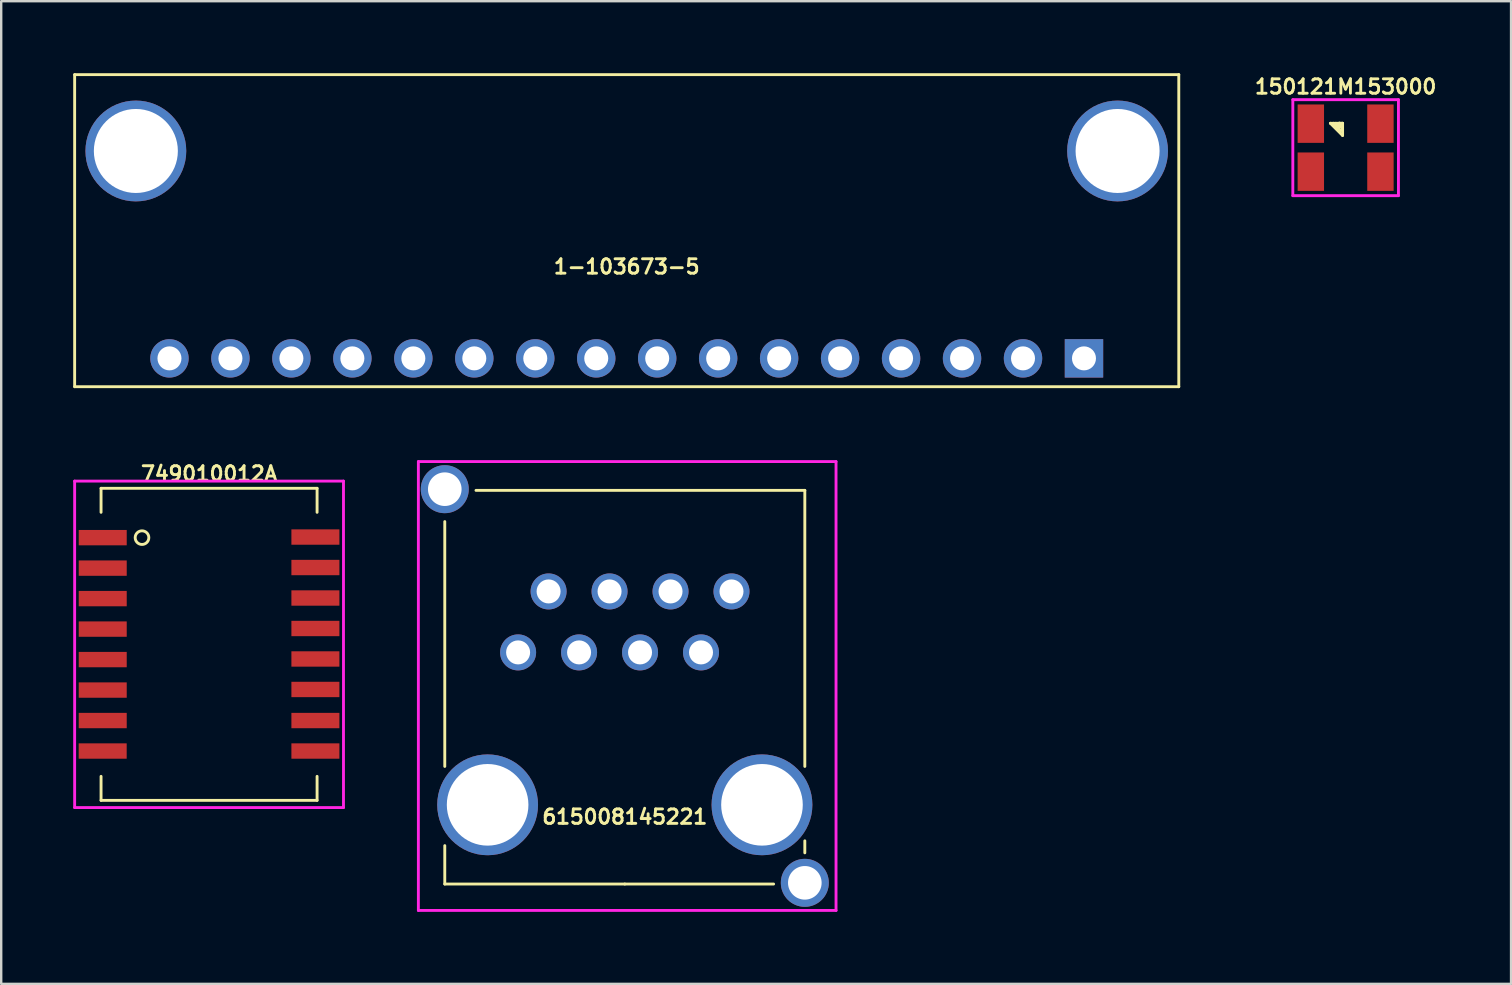
<source format=kicad_pcb>
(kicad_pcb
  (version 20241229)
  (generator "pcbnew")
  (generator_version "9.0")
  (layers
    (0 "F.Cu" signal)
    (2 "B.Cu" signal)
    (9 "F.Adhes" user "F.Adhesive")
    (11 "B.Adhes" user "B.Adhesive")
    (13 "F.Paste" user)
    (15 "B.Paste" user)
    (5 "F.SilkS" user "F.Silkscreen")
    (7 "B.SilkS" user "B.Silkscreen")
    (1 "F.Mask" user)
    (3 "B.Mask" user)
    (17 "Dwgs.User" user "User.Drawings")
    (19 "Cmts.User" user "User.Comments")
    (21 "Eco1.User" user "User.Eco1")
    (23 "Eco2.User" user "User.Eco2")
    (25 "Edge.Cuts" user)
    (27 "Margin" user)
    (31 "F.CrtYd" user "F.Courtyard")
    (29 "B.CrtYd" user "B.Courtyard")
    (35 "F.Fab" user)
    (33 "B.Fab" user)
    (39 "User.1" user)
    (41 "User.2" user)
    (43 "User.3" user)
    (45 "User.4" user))
  (footprint "150121M153000"
    (layer "F.Cu")
    (at 53.011 3.102)
    (property "Reference" "150121M153000" (at 0 -2.54 0) (layer "F.SilkS") (effects (font (size 0.6 0.6) (thickness 0.12))))
    (attr through_hole)
    (fp_line (start -0.635 -1.016) (end -0.127 -1.016) (stroke (width 0.12) (type solid)) (layer "F.SilkS"))
    (fp_line (start -0.635 -1.016) (end -0.127 -0.508) (stroke (width 0.12) (type solid)) (layer "F.SilkS"))
    (fp_line (start -0.508 -1.016) (end -0.203 -0.711) (stroke (width 0.12) (type solid)) (layer "F.SilkS"))
    (fp_line (start -0.406 -1.016) (end -0.254 -0.864) (stroke (width 0.12) (type solid)) (layer "F.SilkS"))
    (fp_line (start -0.254 -1.016) (end -0.305 -1.016) (stroke (width 0.12) (type solid)) (layer "F.SilkS"))
    (fp_line (start -0.254 -1.016) (end -0.127 -0.762) (stroke (width 0.12) (type solid)) (layer "F.SilkS"))
    (fp_line (start -0.254 -0.864) (end -0.254 -1.016) (stroke (width 0.12) (type solid)) (layer "F.SilkS"))
    (fp_line (start -0.127 -1.016) (end -0.254 -1.016) (stroke (width 0.12) (type solid)) (layer "F.SilkS"))
    (fp_line (start -0.127 -0.508) (end -0.127 -1.016) (stroke (width 0.12) (type solid)) (layer "F.SilkS"))
    (fp_line (start -2.2 -2) (end 2.2 -2) (stroke (width 0.12) (type solid)) (layer "F.CrtYd"))
    (fp_line (start -2.2 2) (end -2.2 -2) (stroke (width 0.12) (type solid)) (layer "F.CrtYd"))
    (fp_line (start 2.2 -2) (end 2.2 2) (stroke (width 0.12) (type solid)) (layer "F.CrtYd"))
    (fp_line (start 2.2 2) (end -2.2 2) (stroke (width 0.12) (type solid)) (layer "F.CrtYd"))
    (pad "1" smd rect (at -1.45 -1) (size 1.1 1.6) (layers "F.Cu" "F.Mask" "F.Paste"))
    (pad "2" smd rect (at -1.45 1) (size 1.1 1.6) (layers "F.Cu" "F.Mask" "F.Paste"))
    (pad "3" smd rect (at 1.45 1) (size 1.1 1.6) (layers "F.Cu" "F.Mask" "F.Paste"))
    (pad "4" smd rect (at 1.45 -1) (size 1.1 1.6) (layers "F.Cu" "F.Mask" "F.Paste")))
  (footprint "1-103673-5"
    (layer "F.Cu")
    (at 23.06 7.56)
    (property "Reference" "1-103673-5" (at 0 0.5 0) (layer "F.SilkS") (effects (font (size 0.6 0.6) (thickness 0.12))))
    (attr through_hole)
    (fp_line (start -23 -7.5) (end -23 5.5) (stroke (width 0.12) (type solid)) (layer "F.SilkS"))
    (fp_line (start -23 5.5) (end 23 5.5) (stroke (width 0.12) (type solid)) (layer "F.SilkS"))
    (fp_line (start 23 -7.5) (end -23 -7.5) (stroke (width 0.12) (type solid)) (layer "F.SilkS"))
    (fp_line (start 23 5.5) (end 23 -7.5) (stroke (width 0.12) (type solid)) (layer "F.SilkS"))
    (pad "" thru_hole circle (at -20.45 -4.32) (size 4.2 4.2) (drill 3.5) (layers "*.Cu" "*.Mask"))
    (pad "" thru_hole circle (at 20.45 -4.32) (size 4.2 4.2) (drill 3.5) (layers "*.Cu" "*.Mask"))
    (pad "1" thru_hole rect (at 19.05 4.32) (size 1.6 1.6) (drill 1) (layers "*.Cu" "*.Mask"))
    (pad "2" thru_hole circle (at 16.51 4.32) (size 1.6 1.6) (drill 1) (layers "*.Cu" "*.Mask"))
    (pad "3" thru_hole circle (at 13.97 4.32) (size 1.6 1.6) (drill 1) (layers "*.Cu" "*.Mask"))
    (pad "4" thru_hole circle (at 11.43 4.32) (size 1.6 1.6) (drill 1) (layers "*.Cu" "*.Mask"))
    (pad "5" thru_hole circle (at 8.89 4.32) (size 1.6 1.6) (drill 1) (layers "*.Cu" "*.Mask"))
    (pad "6" thru_hole circle (at 6.35 4.32) (size 1.6 1.6) (drill 1) (layers "*.Cu" "*.Mask"))
    (pad "7" thru_hole circle (at 3.81 4.32) (size 1.6 1.6) (drill 1) (layers "*.Cu" "*.Mask"))
    (pad "8" thru_hole circle (at 1.27 4.32) (size 1.6 1.6) (drill 1) (layers "*.Cu" "*.Mask"))
    (pad "9" thru_hole circle (at -1.27 4.32) (size 1.6 1.6) (drill 1) (layers "*.Cu" "*.Mask"))
    (pad "10" thru_hole circle (at -3.81 4.32) (size 1.6 1.6) (drill 1) (layers "*.Cu" "*.Mask"))
    (pad "11" thru_hole circle (at -6.35 4.32) (size 1.6 1.6) (drill 1) (layers "*.Cu" "*.Mask"))
    (pad "12" thru_hole circle (at -8.89 4.32) (size 1.6 1.6) (drill 1) (layers "*.Cu" "*.Mask"))
    (pad "13" thru_hole circle (at -11.43 4.32) (size 1.6 1.6) (drill 1) (layers "*.Cu" "*.Mask"))
    (pad "14" thru_hole circle (at -13.97 4.32) (size 1.6 1.6) (drill 1) (layers "*.Cu" "*.Mask"))
    (pad "15" thru_hole circle (at -16.51 4.32) (size 1.6 1.6) (drill 1) (layers "*.Cu" "*.Mask"))
    (pad "16" thru_hole circle (at -19.05 4.32) (size 1.6 1.6) (drill 1) (layers "*.Cu" "*.Mask")))
  (footprint "749010012A"
    (layer "F.Cu")
    (at 5.66 23.794)
    (property "Reference" "749010012A" (at 0 -7.112 0) (layer "F.SilkS") (effects (font (size 0.6 0.6) (thickness 0.12))))
    (attr through_hole)
    (fp_line (start -4.5 -6.5) (end 4.5 -6.5) (stroke (width 0.12) (type solid)) (layer "F.SilkS"))
    (fp_line (start -4.5 -5.5) (end -4.5 -6.5) (stroke (width 0.12) (type solid)) (layer "F.SilkS"))
    (fp_line (start -4.5 5.5) (end -4.5 6.5) (stroke (width 0.12) (type solid)) (layer "F.SilkS"))
    (fp_line (start -4.5 6.5) (end 4.5 6.5) (stroke (width 0.12) (type solid)) (layer "F.SilkS"))
    (fp_line (start 4.5 -6.5) (end 4.5 -5.5) (stroke (width 0.12) (type solid)) (layer "F.SilkS"))
    (fp_line (start 4.5 6.5) (end 4.5 5.5) (stroke (width 0.12) (type solid)) (layer "F.SilkS"))
    (fp_circle (center -2.794 -4.445) (end -3.048 -4.572) (stroke (width 0.12) (type solid)) (fill no) (layer "F.SilkS"))
    (fp_line (start -5.6 -6.8) (end 5.6 -6.8) (stroke (width 0.12) (type solid)) (layer "F.CrtYd"))
    (fp_line (start -5.6 6.8) (end -5.6 -6.8) (stroke (width 0.12) (type solid)) (layer "F.CrtYd"))
    (fp_line (start 5.6 -6.8) (end 5.6 6.8) (stroke (width 0.12) (type solid)) (layer "F.CrtYd"))
    (fp_line (start 5.6 6.8) (end -5.6 6.8) (stroke (width 0.12) (type solid)) (layer "F.CrtYd"))
    (pad "1" smd rect (at -4.43 -4.445) (size 2 0.64) (layers "F.Cu" "F.Mask" "F.Paste"))
    (pad "2" smd rect (at -4.43 -3.175) (size 2 0.64) (layers "F.Cu" "F.Mask" "F.Paste"))
    (pad "3" smd rect (at -4.43 -1.905) (size 2 0.64) (layers "F.Cu" "F.Mask" "F.Paste"))
    (pad "4" smd rect (at -4.43 -0.635) (size 2 0.64) (layers "F.Cu" "F.Mask" "F.Paste"))
    (pad "5" smd rect (at -4.43 0.635) (size 2 0.64) (layers "F.Cu" "F.Mask" "F.Paste"))
    (pad "6" smd rect (at -4.43 1.905) (size 2 0.64) (layers "F.Cu" "F.Mask" "F.Paste"))
    (pad "7" smd rect (at -4.43 3.175) (size 2 0.64) (layers "F.Cu" "F.Mask" "F.Paste"))
    (pad "8" smd rect (at -4.432 4.445) (size 2 0.64) (layers "F.Cu" "F.Mask" "F.Paste"))
    (pad "9" smd rect (at 4.43 4.445) (size 2 0.64) (layers "F.Cu" "F.Mask" "F.Paste"))
    (pad "10" smd rect (at 4.43 3.175) (size 2 0.64) (layers "F.Cu" "F.Mask" "F.Paste"))
    (pad "11" smd rect (at 4.43 1.88) (size 2 0.64) (layers "F.Cu" "F.Mask" "F.Paste"))
    (pad "12" smd rect (at 4.43 0.61) (size 2 0.64) (layers "F.Cu" "F.Mask" "F.Paste"))
    (pad "13" smd rect (at 4.43 -0.66) (size 2 0.64) (layers "F.Cu" "F.Mask" "F.Paste"))
    (pad "14" smd rect (at 4.43 -1.93) (size 2 0.64) (layers "F.Cu" "F.Mask" "F.Paste"))
    (pad "15" smd rect (at 4.43 -3.2) (size 2 0.64) (layers "F.Cu" "F.Mask" "F.Paste"))
    (pad "16" smd rect (at 4.43 -4.47) (size 2 0.64) (layers "F.Cu" "F.Mask" "F.Paste")))
  (footprint "615008145221"
    (layer "F.Cu")
    (at 22.98 25.48)
    (property "Reference" "615008145221" (at 0 5.5 0) (layer "F.SilkS") (effects (font (size 0.6 0.6) (thickness 0.12))))
    (attr through_hole)
    (fp_line (start -7.5 3.4) (end -7.5 -6.8) (stroke (width 0.12) (type solid)) (layer "F.SilkS"))
    (fp_line (start -7.5 8.3) (end -7.5 6.7) (stroke (width 0.12) (type solid)) (layer "F.SilkS"))
    (fp_line (start 0 8.3) (end -7.5 8.3) (stroke (width 0.12) (type solid)) (layer "F.SilkS"))
    (fp_line (start 0 8.3) (end 6.2 8.3) (stroke (width 0.12) (type solid)) (layer "F.SilkS"))
    (fp_line (start 7.5 -8.1) (end -6.2 -8.1) (stroke (width 0.12) (type solid)) (layer "F.SilkS"))
    (fp_line (start 7.5 3.4) (end 7.5 -8.1) (stroke (width 0.12) (type solid)) (layer "F.SilkS"))
    (fp_line (start 7.5 7) (end 7.5 6.5) (stroke (width 0.12) (type solid)) (layer "F.SilkS"))
    (fp_line (start -8.6 -9.3) (end 8.8 -9.3) (stroke (width 0.12) (type solid)) (layer "F.CrtYd"))
    (fp_line (start -8.6 9.4) (end -8.6 -9.3) (stroke (width 0.12) (type solid)) (layer "F.CrtYd"))
    (fp_line (start 8.8 -9.3) (end 8.8 9.4) (stroke (width 0.12) (type solid)) (layer "F.CrtYd"))
    (fp_line (start 8.8 9.4) (end -8.6 9.4) (stroke (width 0.12) (type solid)) (layer "F.CrtYd"))
    (pad "" thru_hole circle (at -5.715 5) (size 4.2 4.2) (drill 3.4) (layers "*.Cu" "*.Mask"))
    (pad "" thru_hole circle (at 5.715 5) (size 4.2 4.2) (drill 3.4) (layers "*.Cu" "*.Mask"))
    (pad "1" thru_hole circle (at 4.445 -3.89) (size 1.5 1.5) (drill 1) (layers "*.Cu" "*.Mask"))
    (pad "2" thru_hole circle (at 3.175 -1.35) (size 1.5 1.5) (drill 1) (layers "*.Cu" "*.Mask"))
    (pad "3" thru_hole circle (at 1.905 -3.89) (size 1.5 1.5) (drill 1) (layers "*.Cu" "*.Mask"))
    (pad "4" thru_hole circle (at 0.635 -1.35) (size 1.5 1.5) (drill 1) (layers "*.Cu" "*.Mask"))
    (pad "5" thru_hole circle (at -0.635 -3.89) (size 1.5 1.5) (drill 1) (layers "*.Cu" "*.Mask"))
    (pad "6" thru_hole circle (at -1.905 -1.35) (size 1.5 1.5) (drill 1) (layers "*.Cu" "*.Mask"))
    (pad "7" thru_hole circle (at -3.175 -3.89) (size 1.5 1.5) (drill 1) (layers "*.Cu" "*.Mask"))
    (pad "8" thru_hole circle (at -4.445 -1.35) (size 1.5 1.5) (drill 1) (layers "*.Cu" "*.Mask"))
    (pad "SH" thru_hole circle (at -7.5 -8.15) (size 2 2) (drill 1.4) (layers "*.Cu" "*.Mask"))
    (pad "SH" thru_hole circle (at 7.5 8.25) (size 2 2) (drill 1.4) (layers "*.Cu" "*.Mask")))
  (gr_rect
    (start -3 -3)
    (end 59.903 37.94)
    (stroke (width 0.1) (type default))
    (fill no)
    (layer "Edge.Cuts")))
</source>
